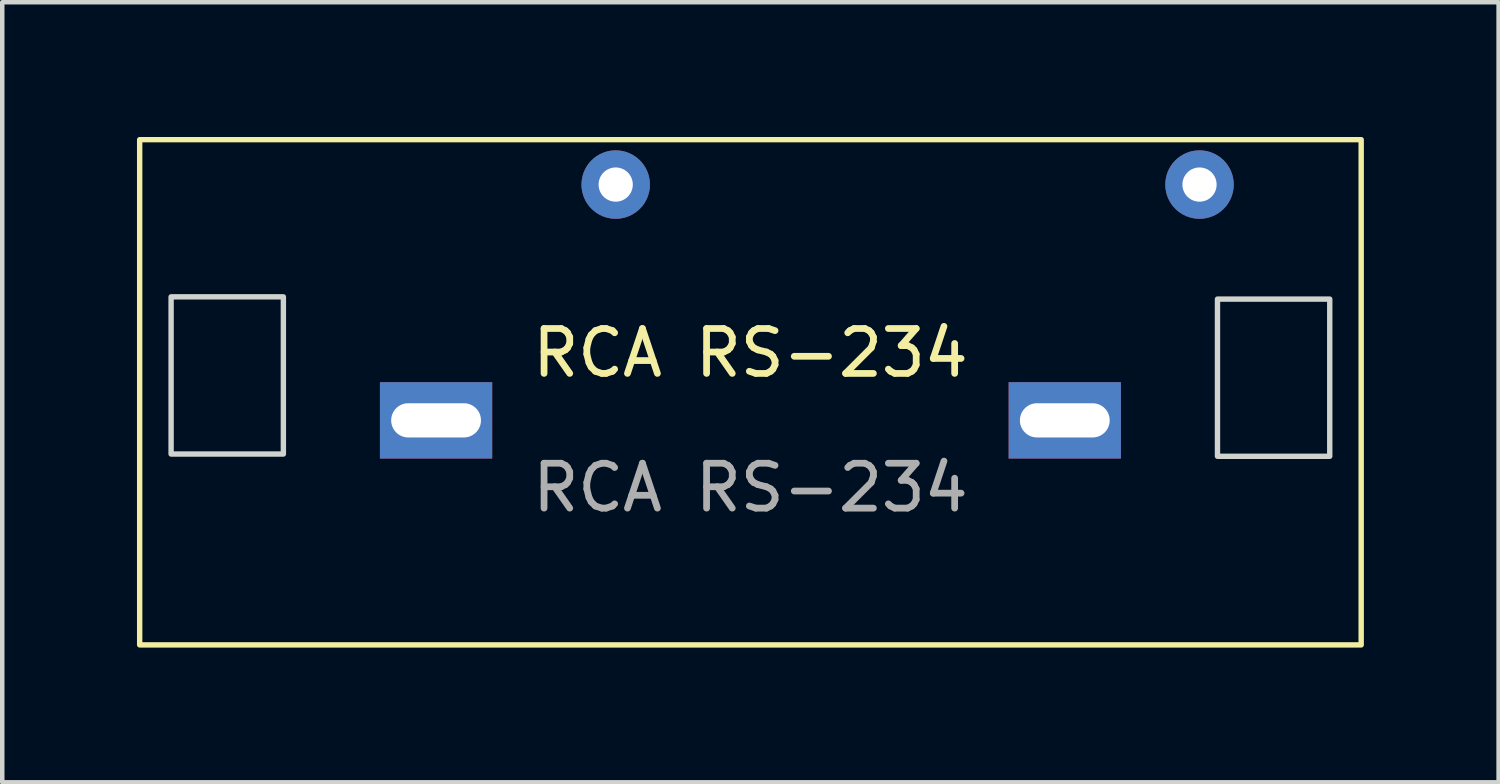
<source format=kicad_pcb>
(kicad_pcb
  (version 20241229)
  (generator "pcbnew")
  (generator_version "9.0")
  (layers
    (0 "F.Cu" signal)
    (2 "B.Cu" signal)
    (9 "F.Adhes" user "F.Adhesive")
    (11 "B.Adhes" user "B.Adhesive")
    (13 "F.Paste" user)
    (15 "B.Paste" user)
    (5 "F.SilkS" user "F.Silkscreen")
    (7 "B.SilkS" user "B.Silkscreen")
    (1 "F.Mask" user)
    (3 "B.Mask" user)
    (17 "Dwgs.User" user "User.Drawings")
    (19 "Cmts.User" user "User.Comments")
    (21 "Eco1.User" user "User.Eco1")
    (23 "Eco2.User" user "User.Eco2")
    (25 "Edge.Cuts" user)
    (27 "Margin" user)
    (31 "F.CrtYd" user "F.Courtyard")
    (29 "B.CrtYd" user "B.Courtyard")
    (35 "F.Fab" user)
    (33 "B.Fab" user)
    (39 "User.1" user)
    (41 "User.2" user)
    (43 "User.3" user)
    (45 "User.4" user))
  (footprint "RCA RS-234"
    (layer "F.Cu")
    (at 13.66 5.31)
    (property "Reference" "RCA RS-234" (at 0 -0.5 0) (unlocked yes) (layer "F.SilkS") (effects (font (size 1 1) (thickness 0.15))))
    (attr through_hole)
    (fp_rect (start -13.6 6) (end 13.6 -5.25) (stroke (width 0.12) (type default)) (fill no) (layer "F.SilkS"))
    (fp_rect (start -12.9 -1.75) (end -10.4 1.75) (stroke (width 0.12) (type default)) (fill no) (layer "Edge.Cuts"))
    (fp_rect (start 12.9 -1.7) (end 10.4 1.8) (stroke (width 0.12) (type default)) (fill no) (layer "Edge.Cuts"))
    (fp_text user "${REFERENCE}" (at 0 2.5 0) (unlocked yes) (layer "F.Fab") (effects (font (size 1 1) (thickness 0.15))))
    (pad "R" thru_hole circle (at 10 -4.25) (size 1.524 1.524) (drill 0.762) (layers "*.Cu" "*.Mask"))
    (pad "S" thru_hole rect (at -7 1) (size 2.5 1.7) (drill oval 2 0.762) (layers "*.Cu" "*.Mask"))
    (pad "S" thru_hole rect (at 7 1) (size 2.5 1.7) (drill oval 2 0.762) (layers "*.Cu" "*.Mask"))
    (pad "T" thru_hole circle (at -3 -4.25) (size 1.524 1.524) (drill 0.762) (layers "*.Cu" "*.Mask")))
  (gr_rect
    (start -3 -3)
    (end 30.32 14.37)
    (stroke (width 0.1) (type default))
    (fill no)
    (layer "Edge.Cuts")))
</source>
